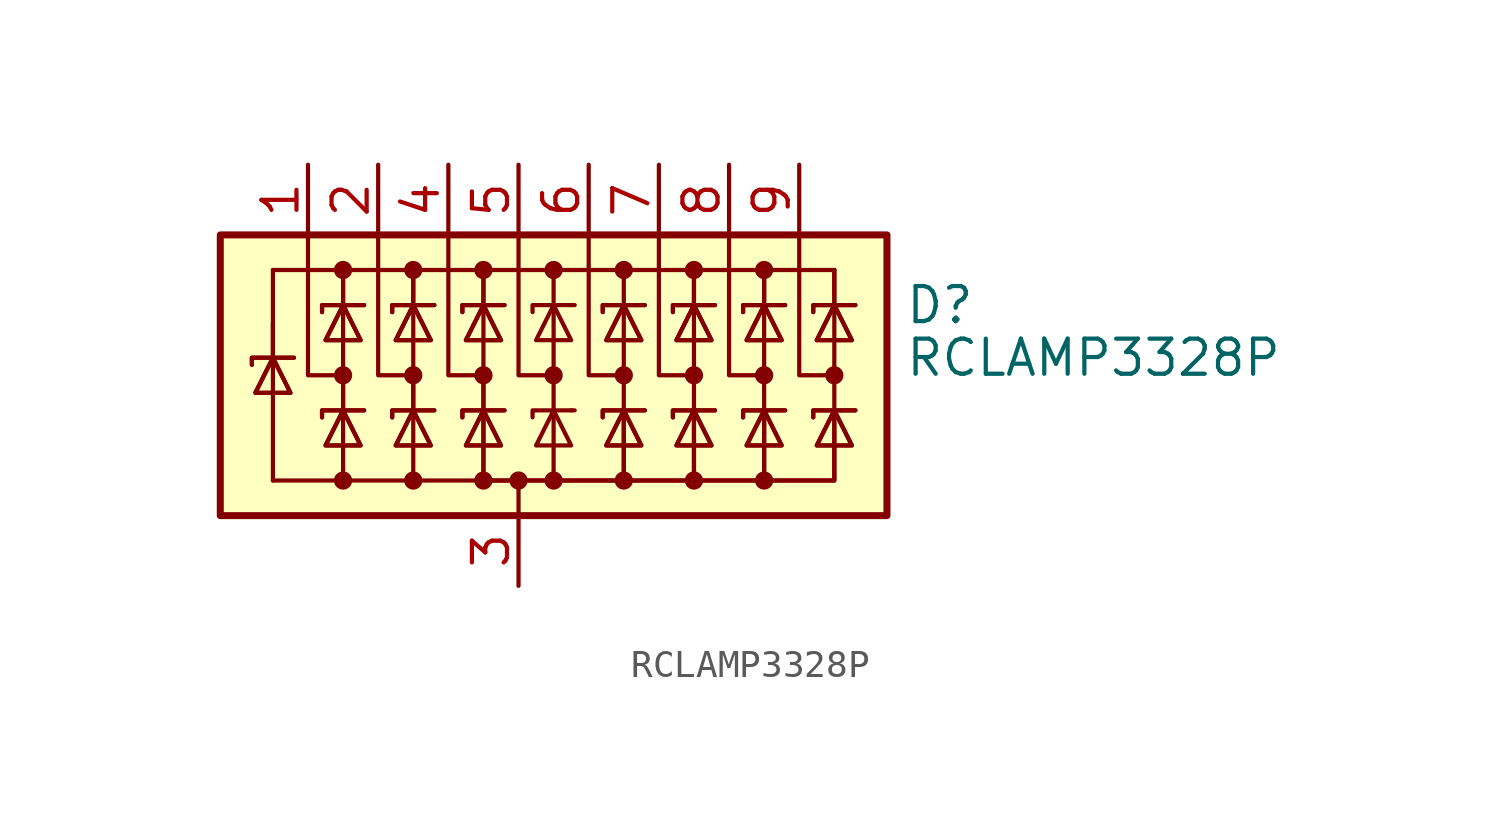
<source format=kicad_sym>
(kicad_symbol_lib
  (version 20241209)
  (generator "kicad_symbol_editor")
  (generator_version "9.0")
  (symbol "RCLAMP3328P"
    (pin_names
      (hide yes))
    (property "Reference" "D"
      (at 13.97 2.54 0)
      (effects (font (size 1.27 1.27)) (justify left)))
    (property "Value" "RCLAMP3328P"
      (at 13.97 0.635 0)
      (effects (font (size 1.27 1.27)) (justify left)))
    (symbol "RCLAMP3328P_0_0"
      (pin passive line (at 0 -7.62 90) (length 2.54) (name "A" (effects (font (size 1.27 1.27)))) (number "3" (effects (font (size 1.27 1.27))))))
    (symbol "RCLAMP3328P_0_1"
      (rectangle (start -10.795 5.08) (end 13.335 -5.08) (stroke (width 0.254) (type default)) (fill (type background)))
      (polyline (pts (xy -9.652 0.381) (xy -9.652 0.635) (xy -8.255 0.635) (xy -8.128 0.635)) (stroke (width 0) (type default)) (fill (type none)))
      (polyline (pts (xy -9.652 0.381) (xy -9.652 0.635) (xy -8.255 0.635) (xy -8.128 0.635)) (stroke (width 0) (type default)) (fill (type none)))
      (polyline (pts (xy -8.89 3.81) (xy -8.89 0.635)) (stroke (width 0) (type default)) (fill (type none)))
      (polyline (pts (xy -8.89 1.905) (xy -8.89 0.635)) (stroke (width 0) (type default)) (fill (type none)))
      (polyline (pts (xy -8.89 0.635) (xy -8.89 -3.81)) (stroke (width 0) (type default)) (fill (type none)))
      (polyline (pts (xy -8.89 0.635) (xy -8.255 -0.635) (xy -9.525 -0.635) (xy -8.89 0.635)) (stroke (width 0) (type default)) (fill (type none)))
      (polyline (pts (xy -8.89 0.635) (xy -8.255 -0.635) (xy -9.525 -0.635) (xy -8.89 0.635)) (stroke (width 0) (type default)) (fill (type none)))
      (polyline (pts (xy -7.62 5.08) (xy -7.62 0) (xy -6.35 0)) (stroke (width 0) (type default)) (fill (type none)))
      (polyline (pts (xy -7.112 2.286) (xy -7.112 2.54) (xy -5.715 2.54) (xy -5.588 2.54)) (stroke (width 0) (type default)) (fill (type none)))
      (polyline (pts (xy -7.112 2.286) (xy -7.112 2.54) (xy -5.715 2.54) (xy -5.588 2.54)) (stroke (width 0) (type default)) (fill (type none)))
      (polyline (pts (xy -7.112 -1.524) (xy -7.112 -1.27) (xy -5.715 -1.27) (xy -5.588 -1.27)) (stroke (width 0) (type default)) (fill (type none)))
      (polyline (pts (xy -7.112 -1.524) (xy -7.112 -1.27) (xy -5.715 -1.27) (xy -5.588 -1.27)) (stroke (width 0) (type default)) (fill (type none)))
      (circle (center -6.35 3.81) (radius 0.254) (stroke (width 0) (type default)) (fill (type outline)))
      (polyline (pts (xy -6.35 3.81) (xy -6.35 2.54)) (stroke (width 0) (type default)) (fill (type none)))
      (polyline (pts (xy -6.35 3.81) (xy -6.35 2.54)) (stroke (width 0) (type default)) (fill (type none)))
      (polyline (pts (xy -6.35 2.54) (xy -6.35 -1.27)) (stroke (width 0) (type default)) (fill (type none)))
      (polyline (pts (xy -6.35 2.54) (xy -5.715 1.27) (xy -6.985 1.27) (xy -6.35 2.54)) (stroke (width 0) (type default)) (fill (type none)))
      (polyline (pts (xy -6.35 2.54) (xy -5.715 1.27) (xy -6.985 1.27) (xy -6.35 2.54)) (stroke (width 0) (type default)) (fill (type none)))
      (circle (center -6.35 0) (radius 0.254) (stroke (width 0) (type default)) (fill (type outline)))
      (polyline (pts (xy -6.35 0) (xy -6.35 -1.27)) (stroke (width 0) (type default)) (fill (type none)))
      (polyline (pts (xy -6.35 -1.27) (xy -6.35 -3.81) (xy -3.81 -3.81)) (stroke (width 0) (type default)) (fill (type none)))
      (polyline (pts (xy -6.35 -1.27) (xy -5.715 -2.54) (xy -6.985 -2.54) (xy -6.35 -1.27)) (stroke (width 0) (type default)) (fill (type none)))
      (polyline (pts (xy -6.35 -1.27) (xy -5.715 -2.54) (xy -6.985 -2.54) (xy -6.35 -1.27)) (stroke (width 0) (type default)) (fill (type none)))
      (circle (center -6.35 -3.81) (radius 0.254) (stroke (width 0) (type default)) (fill (type outline)))
      (polyline (pts (xy -6.35 -3.81) (xy -8.89 -3.81)) (stroke (width 0) (type default)) (fill (type none)))
      (polyline (pts (xy -5.08 5.08) (xy -5.08 0) (xy -3.81 0)) (stroke (width 0) (type default)) (fill (type none)))
      (polyline (pts (xy -4.572 2.286) (xy -4.572 2.54) (xy -3.175 2.54) (xy -3.048 2.54)) (stroke (width 0) (type default)) (fill (type none)))
      (polyline (pts (xy -4.572 2.286) (xy -4.572 2.54) (xy -3.175 2.54) (xy -3.048 2.54)) (stroke (width 0) (type default)) (fill (type none)))
      (polyline (pts (xy -4.572 -1.524) (xy -4.572 -1.27) (xy -3.175 -1.27) (xy -3.048 -1.27)) (stroke (width 0) (type default)) (fill (type none)))
      (polyline (pts (xy -4.572 -1.524) (xy -4.572 -1.27) (xy -3.175 -1.27) (xy -3.048 -1.27)) (stroke (width 0) (type default)) (fill (type none)))
      (circle (center -3.81 3.81) (radius 0.254) (stroke (width 0) (type default)) (fill (type outline)))
      (polyline (pts (xy -3.81 3.81) (xy -3.81 2.54)) (stroke (width 0) (type default)) (fill (type none)))
      (polyline (pts (xy -3.81 3.81) (xy -3.81 2.54)) (stroke (width 0) (type default)) (fill (type none)))
      (polyline (pts (xy -3.81 2.54) (xy -3.81 -1.27)) (stroke (width 0) (type default)) (fill (type none)))
      (polyline (pts (xy -3.81 2.54) (xy -3.175 1.27) (xy -4.445 1.27) (xy -3.81 2.54)) (stroke (width 0) (type default)) (fill (type none)))
      (polyline (pts (xy -3.81 2.54) (xy -3.175 1.27) (xy -4.445 1.27) (xy -3.81 2.54)) (stroke (width 0) (type default)) (fill (type none)))
      (circle (center -3.81 0) (radius 0.254) (stroke (width 0) (type default)) (fill (type outline)))
      (polyline (pts (xy -3.81 0) (xy -3.81 -1.27)) (stroke (width 0) (type default)) (fill (type none)))
      (polyline (pts (xy -3.81 -1.27) (xy -3.81 -3.81) (xy -1.27 -3.81)) (stroke (width 0) (type default)) (fill (type none)))
      (polyline (pts (xy -3.81 -1.27) (xy -3.175 -2.54) (xy -4.445 -2.54) (xy -3.81 -1.27)) (stroke (width 0) (type default)) (fill (type none)))
      (polyline (pts (xy -3.81 -1.27) (xy -3.175 -2.54) (xy -4.445 -2.54) (xy -3.81 -1.27)) (stroke (width 0) (type default)) (fill (type none)))
      (circle (center -3.81 -3.81) (radius 0.254) (stroke (width 0) (type default)) (fill (type outline)))
      (polyline (pts (xy -2.54 5.08) (xy -2.54 0) (xy -1.27 0)) (stroke (width 0) (type default)) (fill (type none)))
      (polyline (pts (xy -2.032 2.286) (xy -2.032 2.54) (xy -0.635 2.54) (xy -0.508 2.54)) (stroke (width 0) (type default)) (fill (type none)))
      (polyline (pts (xy -2.032 2.286) (xy -2.032 2.54) (xy -0.635 2.54) (xy -0.508 2.54)) (stroke (width 0) (type default)) (fill (type none)))
      (polyline (pts (xy -2.032 -1.524) (xy -2.032 -1.27) (xy -0.635 -1.27) (xy -0.508 -1.27)) (stroke (width 0) (type default)) (fill (type none)))
      (polyline (pts (xy -2.032 -1.524) (xy -2.032 -1.27) (xy -0.635 -1.27) (xy -0.508 -1.27)) (stroke (width 0) (type default)) (fill (type none)))
      (circle (center -1.27 3.81) (radius 0.254) (stroke (width 0) (type default)) (fill (type outline)))
      (polyline (pts (xy -1.27 3.81) (xy -1.27 2.54)) (stroke (width 0) (type default)) (fill (type none)))
      (polyline (pts (xy -1.27 3.81) (xy -1.27 2.54)) (stroke (width 0) (type default)) (fill (type none)))
      (polyline (pts (xy -1.27 2.54) (xy -1.27 -1.27)) (stroke (width 0) (type default)) (fill (type none)))
      (polyline (pts (xy -1.27 2.54) (xy -0.635 1.27) (xy -1.905 1.27) (xy -1.27 2.54)) (stroke (width 0) (type default)) (fill (type none)))
      (polyline (pts (xy -1.27 2.54) (xy -0.635 1.27) (xy -1.905 1.27) (xy -1.27 2.54)) (stroke (width 0) (type default)) (fill (type none)))
      (circle (center -1.27 0) (radius 0.254) (stroke (width 0) (type default)) (fill (type outline)))
      (polyline (pts (xy -1.27 0) (xy -1.27 -1.27)) (stroke (width 0) (type default)) (fill (type none)))
      (polyline (pts (xy -1.27 -1.27) (xy -1.27 -3.81) (xy 3.81 -3.81) (xy 3.81 -1.27)) (stroke (width 0) (type default)) (fill (type none)))
      (polyline (pts (xy -1.27 -1.27) (xy -1.27 -3.81) (xy 3.81 -3.81) (xy 3.81 -1.27)) (stroke (width 0) (type default)) (fill (type none)))
      (polyline (pts (xy -1.27 -1.27) (xy -0.635 -2.54) (xy -1.905 -2.54) (xy -1.27 -1.27)) (stroke (width 0) (type default)) (fill (type none)))
      (polyline (pts (xy -1.27 -1.27) (xy -0.635 -2.54) (xy -1.905 -2.54) (xy -1.27 -1.27)) (stroke (width 0) (type default)) (fill (type none)))
      (circle (center -1.27 -3.81) (radius 0.254) (stroke (width 0) (type default)) (fill (type outline)))
      (polyline (pts (xy 0 5.08) (xy 0 0) (xy 1.27 0)) (stroke (width 0) (type default)) (fill (type none)))
      (circle (center 0 -3.81) (radius 0.254) (stroke (width 0) (type default)) (fill (type outline)))
      (polyline (pts (xy 0 -5.08) (xy 0 -3.81)) (stroke (width 0) (type default)) (fill (type none)))
      (polyline (pts (xy 1.27 3.81) (xy 1.27 2.54)) (stroke (width 0) (type default)) (fill (type none)))
      (circle (center 1.27 3.81) (radius 0.254) (stroke (width 0) (type default)) (fill (type outline)))
      (circle (center 1.27 0) (radius 0.254) (stroke (width 0) (type default)) (fill (type outline)))
      (polyline (pts (xy 1.27 -3.81) (xy 1.27 2.54)) (stroke (width 0) (type default)) (fill (type none)))
      (circle (center 1.27 -3.81) (radius 0.254) (stroke (width 0) (type default)) (fill (type outline)))
      (polyline (pts (xy 1.905 2.54) (xy 2.032 2.54)) (stroke (width 0) (type default)) (fill (type none)))
      (polyline (pts (xy 1.905 2.54) (xy 0.508 2.54) (xy 0.508 2.286)) (stroke (width 0) (type default)) (fill (type none)))
      (polyline (pts (xy 1.905 1.27) (xy 0.635 1.27) (xy 1.27 2.54) (xy 1.905 1.27)) (stroke (width 0) (type default)) (fill (type none)))
      (polyline (pts (xy 1.905 -1.27) (xy 2.032 -1.27)) (stroke (width 0) (type default)) (fill (type none)))
      (polyline (pts (xy 1.905 -1.27) (xy 0.508 -1.27) (xy 0.508 -1.524)) (stroke (width 0) (type default)) (fill (type none)))
      (polyline (pts (xy 1.905 -2.54) (xy 0.635 -2.54) (xy 1.27 -1.27) (xy 1.905 -2.54)) (stroke (width 0) (type default)) (fill (type none)))
      (polyline (pts (xy 2.54 5.08) (xy 2.54 0) (xy 3.81 0)) (stroke (width 0) (type default)) (fill (type none)))
      (polyline (pts (xy 3.048 2.286) (xy 3.048 2.54) (xy 4.445 2.54) (xy 4.572 2.54)) (stroke (width 0) (type default)) (fill (type none)))
      (polyline (pts (xy 3.048 2.286) (xy 3.048 2.54) (xy 4.445 2.54) (xy 4.572 2.54)) (stroke (width 0) (type default)) (fill (type none)))
      (polyline (pts (xy 3.048 -1.524) (xy 3.048 -1.27) (xy 4.445 -1.27) (xy 4.572 -1.27)) (stroke (width 0) (type default)) (fill (type none)))
      (polyline (pts (xy 3.048 -1.524) (xy 3.048 -1.27) (xy 4.445 -1.27) (xy 4.572 -1.27)) (stroke (width 0) (type default)) (fill (type none)))
      (polyline (pts (xy 3.81 3.81) (xy 3.81 2.54)) (stroke (width 0) (type default)) (fill (type none)))
      (circle (center 3.81 3.81) (radius 0.254) (stroke (width 0) (type default)) (fill (type outline)))
      (polyline (pts (xy 3.81 2.54) (xy 3.81 -1.27)) (stroke (width 0) (type default)) (fill (type none)))
      (polyline (pts (xy 3.81 2.54) (xy 3.175 1.27) (xy 4.445 1.27) (xy 3.81 2.54)) (stroke (width 0) (type default)) (fill (type none)))
      (polyline (pts (xy 3.81 2.54) (xy 3.175 1.27) (xy 4.445 1.27) (xy 3.81 2.54)) (stroke (width 0) (type default)) (fill (type none)))
      (circle (center 3.81 0) (radius 0.254) (stroke (width 0) (type default)) (fill (type outline)))
      (polyline (pts (xy 3.81 -1.27) (xy 3.175 -2.54) (xy 4.445 -2.54) (xy 3.81 -1.27)) (stroke (width 0) (type default)) (fill (type none)))
      (polyline (pts (xy 3.81 -1.27) (xy 3.175 -2.54) (xy 4.445 -2.54) (xy 3.81 -1.27)) (stroke (width 0) (type default)) (fill (type none)))
      (circle (center 3.81 -3.81) (radius 0.254) (stroke (width 0) (type default)) (fill (type outline)))
      (polyline (pts (xy 5.08 5.08) (xy 5.08 0) (xy 6.35 0)) (stroke (width 0) (type default)) (fill (type none)))
      (polyline (pts (xy 5.588 2.286) (xy 5.588 2.54) (xy 6.985 2.54) (xy 7.112 2.54)) (stroke (width 0) (type default)) (fill (type none)))
      (polyline (pts (xy 5.588 2.286) (xy 5.588 2.54) (xy 6.985 2.54) (xy 7.112 2.54)) (stroke (width 0) (type default)) (fill (type none)))
      (polyline (pts (xy 5.588 -1.524) (xy 5.588 -1.27) (xy 6.985 -1.27) (xy 7.112 -1.27)) (stroke (width 0) (type default)) (fill (type none)))
      (polyline (pts (xy 5.588 -1.524) (xy 5.588 -1.27) (xy 6.985 -1.27) (xy 7.112 -1.27)) (stroke (width 0) (type default)) (fill (type none)))
      (polyline (pts (xy 6.35 3.81) (xy 6.35 2.54)) (stroke (width 0) (type default)) (fill (type none)))
      (polyline (pts (xy 6.35 3.81) (xy 6.35 2.54)) (stroke (width 0) (type default)) (fill (type none)))
      (circle (center 6.35 3.81) (radius 0.254) (stroke (width 0) (type default)) (fill (type outline)))
      (polyline (pts (xy 6.35 2.54) (xy 6.35 -1.27)) (stroke (width 0) (type default)) (fill (type none)))
      (polyline (pts (xy 6.35 2.54) (xy 5.715 1.27) (xy 6.985 1.27) (xy 6.35 2.54)) (stroke (width 0) (type default)) (fill (type none)))
      (polyline (pts (xy 6.35 2.54) (xy 5.715 1.27) (xy 6.985 1.27) (xy 6.35 2.54)) (stroke (width 0) (type default)) (fill (type none)))
      (circle (center 6.35 0) (radius 0.254) (stroke (width 0) (type default)) (fill (type outline)))
      (polyline (pts (xy 6.35 -1.27) (xy 6.35 -3.81) (xy 3.81 -3.81)) (stroke (width 0) (type default)) (fill (type none)))
      (polyline (pts (xy 6.35 -1.27) (xy 6.35 -3.81) (xy 3.81 -3.81)) (stroke (width 0) (type default)) (fill (type none)))
      (polyline (pts (xy 6.35 -1.27) (xy 5.715 -2.54) (xy 6.985 -2.54) (xy 6.35 -1.27)) (stroke (width 0) (type default)) (fill (type none)))
      (polyline (pts (xy 6.35 -1.27) (xy 5.715 -2.54) (xy 6.985 -2.54) (xy 6.35 -1.27)) (stroke (width 0) (type default)) (fill (type none)))
      (circle (center 6.35 -3.81) (radius 0.254) (stroke (width 0) (type default)) (fill (type outline)))
      (polyline (pts (xy 7.62 5.08) (xy 7.62 0) (xy 8.89 0)) (stroke (width 0) (type default)) (fill (type none)))
      (polyline (pts (xy 8.128 2.286) (xy 8.128 2.54) (xy 9.525 2.54) (xy 9.652 2.54)) (stroke (width 0) (type default)) (fill (type none)))
      (polyline (pts (xy 8.128 2.286) (xy 8.128 2.54) (xy 9.525 2.54) (xy 9.652 2.54)) (stroke (width 0) (type default)) (fill (type none)))
      (polyline (pts (xy 8.128 -1.524) (xy 8.128 -1.27) (xy 9.525 -1.27) (xy 9.652 -1.27)) (stroke (width 0) (type default)) (fill (type none)))
      (polyline (pts (xy 8.128 -1.524) (xy 8.128 -1.27) (xy 9.525 -1.27) (xy 9.652 -1.27)) (stroke (width 0) (type default)) (fill (type none)))
      (polyline (pts (xy 8.89 3.81) (xy 8.89 2.54)) (stroke (width 0) (type default)) (fill (type none)))
      (polyline (pts (xy 8.89 3.81) (xy 8.89 2.54)) (stroke (width 0) (type default)) (fill (type none)))
      (circle (center 8.89 3.81) (radius 0.254) (stroke (width 0) (type default)) (fill (type outline)))
      (polyline (pts (xy 8.89 2.54) (xy 8.89 -1.27)) (stroke (width 0) (type default)) (fill (type none)))
      (polyline (pts (xy 8.89 2.54) (xy 8.255 1.27) (xy 9.525 1.27) (xy 8.89 2.54)) (stroke (width 0) (type default)) (fill (type none)))
      (polyline (pts (xy 8.89 2.54) (xy 8.255 1.27) (xy 9.525 1.27) (xy 8.89 2.54)) (stroke (width 0) (type default)) (fill (type none)))
      (circle (center 8.89 0) (radius 0.254) (stroke (width 0) (type default)) (fill (type outline)))
      (polyline (pts (xy 8.89 -1.27) (xy 8.89 -3.81) (xy 6.35 -3.81)) (stroke (width 0) (type default)) (fill (type none)))
      (polyline (pts (xy 8.89 -1.27) (xy 8.89 -3.81) (xy 6.35 -3.81)) (stroke (width 0) (type default)) (fill (type none)))
      (polyline (pts (xy 8.89 -1.27) (xy 8.255 -2.54) (xy 9.525 -2.54) (xy 8.89 -1.27)) (stroke (width 0) (type default)) (fill (type none)))
      (polyline (pts (xy 8.89 -1.27) (xy 8.255 -2.54) (xy 9.525 -2.54) (xy 8.89 -1.27)) (stroke (width 0) (type default)) (fill (type none)))
      (circle (center 8.89 -3.81) (radius 0.254) (stroke (width 0) (type default)) (fill (type outline)))
      (polyline (pts (xy 10.16 5.08) (xy 10.16 0) (xy 11.43 0)) (stroke (width 0) (type default)) (fill (type none)))
      (polyline (pts (xy 10.668 2.286) (xy 10.668 2.54) (xy 12.065 2.54) (xy 12.192 2.54)) (stroke (width 0) (type default)) (fill (type none)))
      (polyline (pts (xy 10.668 2.286) (xy 10.668 2.54) (xy 12.065 2.54) (xy 12.192 2.54)) (stroke (width 0) (type default)) (fill (type none)))
      (polyline (pts (xy 10.668 -1.524) (xy 10.668 -1.27) (xy 12.065 -1.27) (xy 12.192 -1.27)) (stroke (width 0) (type default)) (fill (type none)))
      (polyline (pts (xy 10.668 -1.524) (xy 10.668 -1.27) (xy 12.065 -1.27) (xy 12.192 -1.27)) (stroke (width 0) (type default)) (fill (type none)))
      (polyline (pts (xy 11.43 3.81) (xy -8.89 3.81)) (stroke (width 0) (type default)) (fill (type none)))
      (polyline (pts (xy 11.43 3.81) (xy 11.43 2.54)) (stroke (width 0) (type default)) (fill (type none)))
      (polyline (pts (xy 11.43 3.81) (xy 11.43 2.54)) (stroke (width 0) (type default)) (fill (type none)))
      (polyline (pts (xy 11.43 2.54) (xy 11.43 -1.27)) (stroke (width 0) (type default)) (fill (type none)))
      (polyline (pts (xy 11.43 2.54) (xy 10.795 1.27) (xy 12.065 1.27) (xy 11.43 2.54)) (stroke (width 0) (type default)) (fill (type none)))
      (polyline (pts (xy 11.43 2.54) (xy 10.795 1.27) (xy 12.065 1.27) (xy 11.43 2.54)) (stroke (width 0) (type default)) (fill (type none)))
      (circle (center 11.43 0) (radius 0.254) (stroke (width 0) (type default)) (fill (type outline)))
      (polyline (pts (xy 11.43 -1.27) (xy 11.43 -3.81) (xy 8.89 -3.81)) (stroke (width 0) (type default)) (fill (type none)))
      (polyline (pts (xy 11.43 -1.27) (xy 11.43 -3.81) (xy 8.89 -3.81)) (stroke (width 0) (type default)) (fill (type none)))
      (polyline (pts (xy 11.43 -1.27) (xy 10.795 -2.54) (xy 12.065 -2.54) (xy 11.43 -1.27)) (stroke (width 0) (type default)) (fill (type none)))
      (polyline (pts (xy 11.43 -1.27) (xy 10.795 -2.54) (xy 12.065 -2.54) (xy 11.43 -1.27)) (stroke (width 0) (type default)) (fill (type none))))
    (symbol "RCLAMP3328P_1_1"
      (pin passive line (at -7.62 7.62 270) (length 2.54) (name "K1" (effects (font (size 1.27 1.27)))) (number "1" (effects (font (size 1.27 1.27)))))
      (pin passive line (at -5.08 7.62 270) (length 2.54) (name "K2" (effects (font (size 1.27 1.27)))) (number "2" (effects (font (size 1.27 1.27)))))
      (pin passive line (at -2.54 7.62 270) (length 2.54) (name "K3" (effects (font (size 1.27 1.27)))) (number "4" (effects (font (size 1.27 1.27)))))
      (pin passive line (at 0 7.62 270) (length 2.54) (name "K4" (effects (font (size 1.27 1.27)))) (number "5" (effects (font (size 1.27 1.27)))))
      (pin passive line (at 2.54 7.62 270) (length 2.54) (name "K5" (effects (font (size 1.27 1.27)))) (number "6" (effects (font (size 1.27 1.27)))))
      (pin passive line (at 5.08 7.62 270) (length 2.54) (name "K6" (effects (font (size 1.27 1.27)))) (number "7" (effects (font (size 1.27 1.27)))))
      (pin passive line (at 7.62 7.62 270) (length 2.54) (name "K7" (effects (font (size 1.27 1.27)))) (number "8" (effects (font (size 1.27 1.27)))))
      (pin passive line (at 10.16 7.62 270) (length 2.54) (name "K8" (effects (font (size 1.27 1.27)))) (number "9" (effects (font (size 1.27 1.27))))))))
</source>
